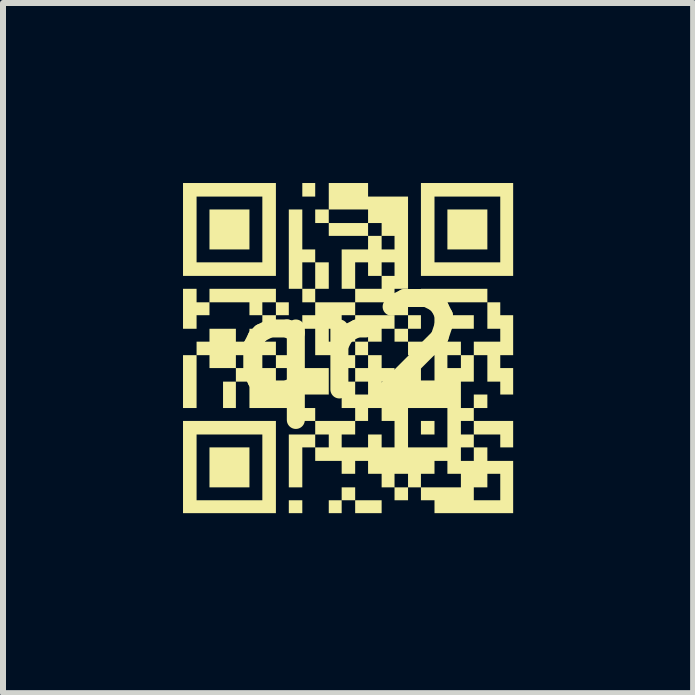
<source format=kicad_pcb>
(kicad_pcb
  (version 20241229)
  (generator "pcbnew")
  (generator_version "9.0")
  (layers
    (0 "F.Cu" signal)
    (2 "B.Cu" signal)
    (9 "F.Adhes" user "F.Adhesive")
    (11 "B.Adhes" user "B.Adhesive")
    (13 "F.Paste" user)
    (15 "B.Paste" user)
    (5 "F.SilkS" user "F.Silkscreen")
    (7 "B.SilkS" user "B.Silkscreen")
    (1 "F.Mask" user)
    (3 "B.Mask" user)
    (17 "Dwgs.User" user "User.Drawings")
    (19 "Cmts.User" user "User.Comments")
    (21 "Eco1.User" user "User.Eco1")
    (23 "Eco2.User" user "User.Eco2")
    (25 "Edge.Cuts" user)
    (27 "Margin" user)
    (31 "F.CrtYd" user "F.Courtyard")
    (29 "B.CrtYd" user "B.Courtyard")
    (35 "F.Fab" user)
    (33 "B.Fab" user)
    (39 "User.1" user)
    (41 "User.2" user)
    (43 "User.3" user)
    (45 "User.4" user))
  (footprint "qr2"
    (layer "F.Cu")
    (at 2.751 2.751)
    (property "Reference" "qr2" (at 0 0 0) (layer "F.SilkS") (effects (font (size 1.524 1.524) (thickness 0.3))))
    (attr board_only exclude_from_pos_files exclude_from_bom)
    (fp_poly (pts (xy -2.525 0.999) (xy -2.751 0.999) (xy -2.751 0.118) (xy -2.525 0.118)) (stroke (width 0) (type solid)) (fill yes) (layer "F.SilkS"))
    (fp_poly (pts (xy -1.87 0.999) (xy -2.084 0.999) (xy -2.084 0.559) (xy -1.87 0.559)) (stroke (width 0) (type solid)) (fill yes) (layer "F.SilkS"))
    (fp_poly (pts (xy -1.644 -1.644) (xy -2.31 -1.644) (xy -2.31 -2.31) (xy -1.644 -2.31)) (stroke (width 0) (type solid)) (fill yes) (layer "F.SilkS"))
    (fp_poly (pts (xy -1.644 2.321) (xy -2.31 2.321) (xy -2.31 1.655) (xy -1.644 1.655)) (stroke (width 0) (type solid)) (fill yes) (layer "F.SilkS"))
    (fp_poly (pts (xy -0.763 0.118) (xy -0.988 0.118) (xy -0.988 -0.107) (xy -0.763 -0.107)) (stroke (width 0) (type solid)) (fill yes) (layer "F.SilkS"))
    (fp_poly (pts (xy -0.763 2.751) (xy -0.988 2.751) (xy -0.988 2.536) (xy -0.763 2.536)) (stroke (width 0) (type solid)) (fill yes) (layer "F.SilkS"))
    (fp_poly (pts (xy -0.548 -2.525) (xy -0.763 -2.525) (xy -0.763 -2.751) (xy -0.548 -2.751)) (stroke (width 0) (type solid)) (fill yes) (layer "F.SilkS"))
    (fp_poly (pts (xy -0.322 0.774) (xy -0.763 0.774) (xy -0.763 0.333) (xy -0.322 0.333)) (stroke (width 0) (type solid)) (fill yes) (layer "F.SilkS"))
    (fp_poly (pts (xy -0.107 2.751) (xy -0.322 2.751) (xy -0.322 2.536) (xy -0.107 2.536)) (stroke (width 0) (type solid)) (fill yes) (layer "F.SilkS"))
    (fp_poly (pts (xy 0.118 2.536) (xy -0.107 2.536) (xy -0.107 2.321) (xy 0.118 2.321)) (stroke (width 0) (type solid)) (fill yes) (layer "F.SilkS"))
    (fp_poly (pts (xy 0.559 2.751) (xy 0.118 2.751) (xy 0.118 2.536) (xy 0.559 2.536)) (stroke (width 0) (type solid)) (fill yes) (layer "F.SilkS"))
    (fp_poly (pts (xy 1.44 1.44) (xy 1.214 1.44) (xy 1.214 1.214) (xy 1.44 1.214)) (stroke (width 0) (type solid)) (fill yes) (layer "F.SilkS"))
    (fp_poly (pts (xy 2.095 -0.322) (xy 1.44 -0.322) (xy 1.44 -0.548) (xy 2.095 -0.548)) (stroke (width 0) (type solid)) (fill yes) (layer "F.SilkS"))
    (fp_poly (pts (xy 2.321 -1.644) (xy 1.655 -1.644) (xy 1.655 -2.31) (xy 2.321 -2.31)) (stroke (width 0) (type solid)) (fill yes) (layer "F.SilkS"))
    (fp_poly (pts (xy 2.321 -0.763) (xy 1.214 -0.763) (xy 1.214 -0.988) (xy 2.321 -0.988)) (stroke (width 0) (type solid)) (fill yes) (layer "F.SilkS"))
    (fp_poly (pts (xy 2.321 0.999) (xy 2.095 0.999) (xy 2.095 0.774) (xy 2.321 0.774)) (stroke (width 0) (type solid)) (fill yes) (layer "F.SilkS"))
    (fp_poly (pts (xy 2.751 1.655) (xy 2.536 1.655) (xy 2.536 1.44) (xy 2.095 1.44) (xy 2.095 1.214) (xy 2.751 1.214)) (stroke (width 0) (type solid)) (fill yes) (layer "F.SilkS"))
    (fp_poly (pts (xy -2.525 -0.763) (xy -2.31 -0.763) (xy -2.31 -0.548) (xy -2.525 -0.548) (xy -2.525 -0.322) (xy -2.751 -0.322) (xy -2.751 -0.988) (xy -2.525 -0.988)) (stroke (width 0) (type solid)) (fill yes) (layer "F.SilkS"))
    (fp_poly (pts (xy -1.203 -1.203) (xy -2.751 -1.203) (xy -2.751 -2.525) (xy -2.525 -2.525) (xy -2.525 -1.429) (xy -1.429 -1.429) (xy -1.429 -2.525) (xy -2.525 -2.525) (xy -2.751 -2.525) (xy -2.751 -2.751) (xy -1.203 -2.751)) (stroke (width 0) (type solid)) (fill yes) (layer "F.SilkS"))
    (fp_poly (pts (xy -1.203 2.751) (xy -2.751 2.751) (xy -2.751 1.44) (xy -2.525 1.44) (xy -2.525 2.536) (xy -1.429 2.536) (xy -1.429 1.44) (xy -2.525 1.44) (xy -2.751 1.44) (xy -2.751 1.214) (xy -1.203 1.214)) (stroke (width 0) (type solid)) (fill yes) (layer "F.SilkS"))
    (fp_poly (pts (xy 2.751 -1.203) (xy 1.214 -1.203) (xy 1.214 -2.525) (xy 1.44 -2.525) (xy 1.44 -1.429) (xy 2.536 -1.429) (xy 2.536 -2.525) (xy 1.44 -2.525) (xy 1.214 -2.525) (xy 1.214 -2.751) (xy 2.751 -2.751)) (stroke (width 0) (type solid)) (fill yes) (layer "F.SilkS"))
    (fp_poly (pts (xy 0.774 -0.322) (xy 0.559 -0.322) (xy 0.559 -0.107) (xy 0.333 -0.107) (xy 0.333 0.118) (xy 0.118 0.118) (xy 0.118 -0.107) (xy -0.107 -0.107) (xy -0.107 -0.322) (xy 0.118 -0.322) (xy 0.118 -0.107) (xy 0.333 -0.107) (xy 0.333 -0.322) (xy 0.118 -0.322) (xy 0.118 -0.548) (xy 0.774 -0.548)) (stroke (width 0) (type solid)) (fill yes) (layer "F.SilkS"))
    (fp_poly (pts (xy -0.988 -0.763) (xy -0.988 -0.548) (xy -1.203 -0.548) (xy -1.203 -0.322) (xy -1.429 -0.322) (xy -1.429 -0.548) (xy -1.644 -0.548) (xy -1.644 -0.763) (xy -1.429 -0.763) (xy -1.429 -0.548) (xy -1.203 -0.548) (xy -1.203 -0.763) (xy -1.429 -0.763) (xy -1.644 -0.763) (xy -2.31 -0.763) (xy -2.31 -0.988) (xy -1.203 -0.988) (xy -1.203 -0.763)) (stroke (width 0) (type solid)) (fill yes) (layer "F.SilkS"))
    (fp_poly (pts (xy 2.536 -0.548) (xy 2.751 -0.548) (xy 2.751 0.118) (xy 2.536 0.118) (xy 2.536 0.333) (xy 2.751 0.333) (xy 2.751 0.774) (xy 2.536 0.774) (xy 2.536 0.559) (xy 2.321 0.559) (xy 2.321 0.118) (xy 2.095 0.118) (xy 2.095 -0.107) (xy 2.536 -0.107) (xy 2.536 -0.322) (xy 2.321 -0.322) (xy 2.321 -0.763) (xy 2.536 -0.763)) (stroke (width 0) (type solid)) (fill yes) (layer "F.SilkS"))
    (fp_poly (pts (xy -0.322 -1.429) (xy -0.322 -0.988) (xy -0.548 -0.988) (xy -0.548 -0.763) (xy -0.763 -0.763) (xy -0.763 -0.988) (xy -0.988 -0.988) (xy -0.988 -1.429) (xy -0.763 -1.429) (xy -0.763 -0.988) (xy -0.548 -0.988) (xy -0.548 -1.429) (xy -0.763 -1.429) (xy -0.988 -1.429) (xy -0.988 -2.31) (xy -0.763 -2.31) (xy -0.763 -1.644) (xy -0.548 -1.644) (xy -0.548 -1.429)) (stroke (width 0) (type solid)) (fill yes) (layer "F.SilkS"))
    (fp_poly (pts (xy -1.87 0.333) (xy -2.31 0.333) (xy -2.31 0.118) (xy -1.87 0.118) (xy -1.87 0.333) (xy -1.644 0.333) (xy -1.644 0.118) (xy -1.429 0.118) (xy -1.429 0.333) (xy -1.203 0.333) (xy -1.203 0.118) (xy -1.429 0.118) (xy -1.644 0.118) (xy -1.87 0.118) (xy -2.31 0.118) (xy -2.525 0.118) (xy -2.525 -0.107) (xy -2.31 -0.107) (xy -2.31 -0.322) (xy -1.87 -0.322) (xy -1.87 -0.107) (xy -1.644 -0.107) (xy -1.644 -0.322) (xy -1.429 -0.322) (xy -1.429 -0.107) (xy -1.203 -0.107) (xy -1.203 0.118) (xy -0.988 0.118) (xy -0.988 0.333) (xy -1.203 0.333) (xy -1.203 0.559) (xy -1.429 0.559) (xy -1.429 0.774) (xy -0.763 0.774) (xy -0.763 0.999) (xy -0.548 0.999) (xy -0.548 1.214) (xy -0.988 1.214) (xy -0.988 0.999) (xy -1.644 0.999) (xy -1.644 0.559) (xy -1.87 0.559)) (stroke (width 0) (type solid)) (fill yes) (layer "F.SilkS"))
    (fp_poly (pts (xy 2.095 0.118) (xy 2.095 0.559) (xy 1.88 0.559) (xy 1.88 0.999) (xy 2.095 0.999) (xy 2.095 1.214) (xy 1.88 1.214) (xy 1.88 1.44) (xy 2.095 1.44) (xy 2.095 1.655) (xy 2.321 1.655) (xy 2.321 1.88) (xy 2.751 1.88) (xy 2.751 2.751) (xy 1.44 2.751) (xy 1.44 2.536) (xy 1.214 2.536) (xy 1.214 2.321) (xy 0.999 2.321) (xy 0.999 2.536) (xy 0.774 2.536) (xy 0.774 2.321) (xy 0.559 2.321) (xy 0.559 2.095) (xy 0.774 2.095) (xy 0.774 2.321) (xy 0.999 2.321) (xy 0.999 2.095) (xy 1.214 2.095) (xy 1.214 2.321) (xy 1.88 2.321) (xy 2.095 2.321) (xy 2.095 2.536) (xy 2.536 2.536) (xy 2.536 2.095) (xy 2.321 2.095) (xy 2.321 2.321) (xy 2.095 2.321) (xy 1.88 2.321) (xy 1.88 2.095) (xy 1.655 2.095) (xy 1.655 1.88) (xy 1.44 1.88) (xy 1.44 2.095) (xy 1.214 2.095) (xy 0.999 2.095) (xy 0.774 2.095) (xy 0.559 2.095) (xy 0.333 2.095) (xy 0.333 1.88) (xy 0.118 1.88) (xy 0.118 2.095) (xy -0.107 2.095) (xy -0.107 1.88) (xy -0.548 1.88) (xy -0.548 1.655) (xy -0.763 1.655) (xy -0.763 2.321) (xy -0.988 2.321) (xy -0.988 1.44) (xy -0.548 1.44) (xy -0.548 1.655) (xy -0.322 1.655) (xy -0.322 1.44) (xy -0.107 1.44) (xy -0.107 1.655) (xy 0.333 1.655) (xy 0.333 1.44) (xy 0.559 1.44) (xy 0.559 1.655) (xy 0.774 1.655) (xy 0.774 1.214) (xy 0.559 1.214) (xy 0.559 0.999) (xy 0.999 0.999) (xy 0.999 1.655) (xy 1.655 1.655) (xy 1.88 1.655) (xy 1.88 1.88) (xy 2.095 1.88) (xy 2.095 1.655) (xy 1.88 1.655) (xy 1.655 1.655) (xy 1.655 0.999) (xy 0.999 0.999) (xy 0.559 0.999) (xy 0.333 0.999) (xy 0.333 1.214) (xy 0.118 1.214) (xy 0.118 1.44) (xy -0.107 1.44) (xy -0.322 1.44) (xy -0.548 1.44) (xy -0.548 1.214) (xy 0.118 1.214) (xy 0.118 0.999) (xy -0.107 0.999) (xy -0.107 0.559) (xy 0.118 0.559) (xy 0.118 0.774) (xy 0.333 0.774) (xy 0.333 0.559) (xy 0.118 0.559) (xy 0.118 0.333) (xy -0.107 0.333) (xy -0.107 0.118) (xy -0.548 0.118) (xy -0.548 -0.322) (xy -0.322 -0.322) (xy -0.322 -0.107) (xy -0.107 -0.107) (xy -0.107 0.118) (xy 0.118 0.118) (xy 0.118 0.333) (xy 0.333 0.333) (xy 0.333 0.118) (xy 0.559 0.118) (xy 0.559 0.333) (xy 0.774 0.333) (xy 0.774 0.559) (xy 0.559 0.559) (xy 0.559 0.774) (xy 0.999 0.774) (xy 0.999 0.333) (xy 1.214 0.333) (xy 1.214 0.559) (xy 1.44 0.559) (xy 1.44 0.118) (xy 1.655 0.118) (xy 1.655 0.333) (xy 1.88 0.333) (xy 1.88 0.118) (xy 1.655 0.118) (xy 1.44 0.118) (xy 0.999 0.118) (xy 0.999 -0.107) (xy 0.774 -0.107) (xy 0.774 -0.322) (xy 0.999 -0.322) (xy 0.999 -0.548) (xy 0.774 -0.548) (xy 0.774 -0.763) (xy 0.118 -0.763) (xy 0.118 -0.548) (xy -0.107 -0.548) (xy -0.107 -0.322) (xy -0.322 -0.322) (xy -0.548 -0.322) (xy -0.763 -0.322) (xy -0.763 -0.548) (xy -0.548 -0.548) (xy -0.548 -0.763) (xy 0.118 -0.763) (xy 0.118 -0.988) (xy -0.107 -0.988) (xy -0.107 -1.429) (xy 0.118 -1.429) (xy 0.118 -0.988) (xy 0.559 -0.988) (xy 0.559 -1.203) (xy 0.333 -1.203) (xy 0.333 -1.429) (xy 0.559 -1.429) (xy 0.559 -1.203) (xy 0.774 -1.203) (xy 0.774 -1.429) (xy 0.559 -1.429) (xy 0.333 -1.429) (xy 0.118 -1.429) (xy -0.107 -1.429) (xy -0.107 -1.644) (xy 0.333 -1.644) (xy 0.333 -1.87) (xy -0.322 -1.87) (xy -0.322 -2.084) (xy -0.548 -2.084) (xy -0.548 -2.31) (xy -0.322 -2.31) (xy -0.322 -2.084) (xy 0.333 -2.084) (xy 0.333 -1.87) (xy 0.559 -1.87) (xy 0.559 -1.644) (xy 0.774 -1.644) (xy 0.774 -1.87) (xy 0.559 -1.87) (xy 0.559 -2.084) (xy 0.333 -2.084) (xy 0.333 -2.31) (xy -0.322 -2.31) (xy -0.322 -2.751) (xy 0.333 -2.751) (xy 0.333 -2.525) (xy 0.999 -2.525) (xy 0.999 -0.988) (xy 0.774 -0.988) (xy 0.774 -0.763) (xy 0.999 -0.763) (xy 0.999 -0.548) (xy 1.214 -0.548) (xy 1.214 -0.322) (xy 0.999 -0.322) (xy 0.999 -0.107) (xy 1.88 -0.107) (xy 1.88 0.118)) (stroke (width 0) (type solid)) (fill yes) (layer "F.SilkS")))
  (gr_rect
    (start -3 -3)
    (end 8.501 8.501)
    (stroke (width 0.1) (type default))
    (fill no)
    (layer "Edge.Cuts")))
</source>
